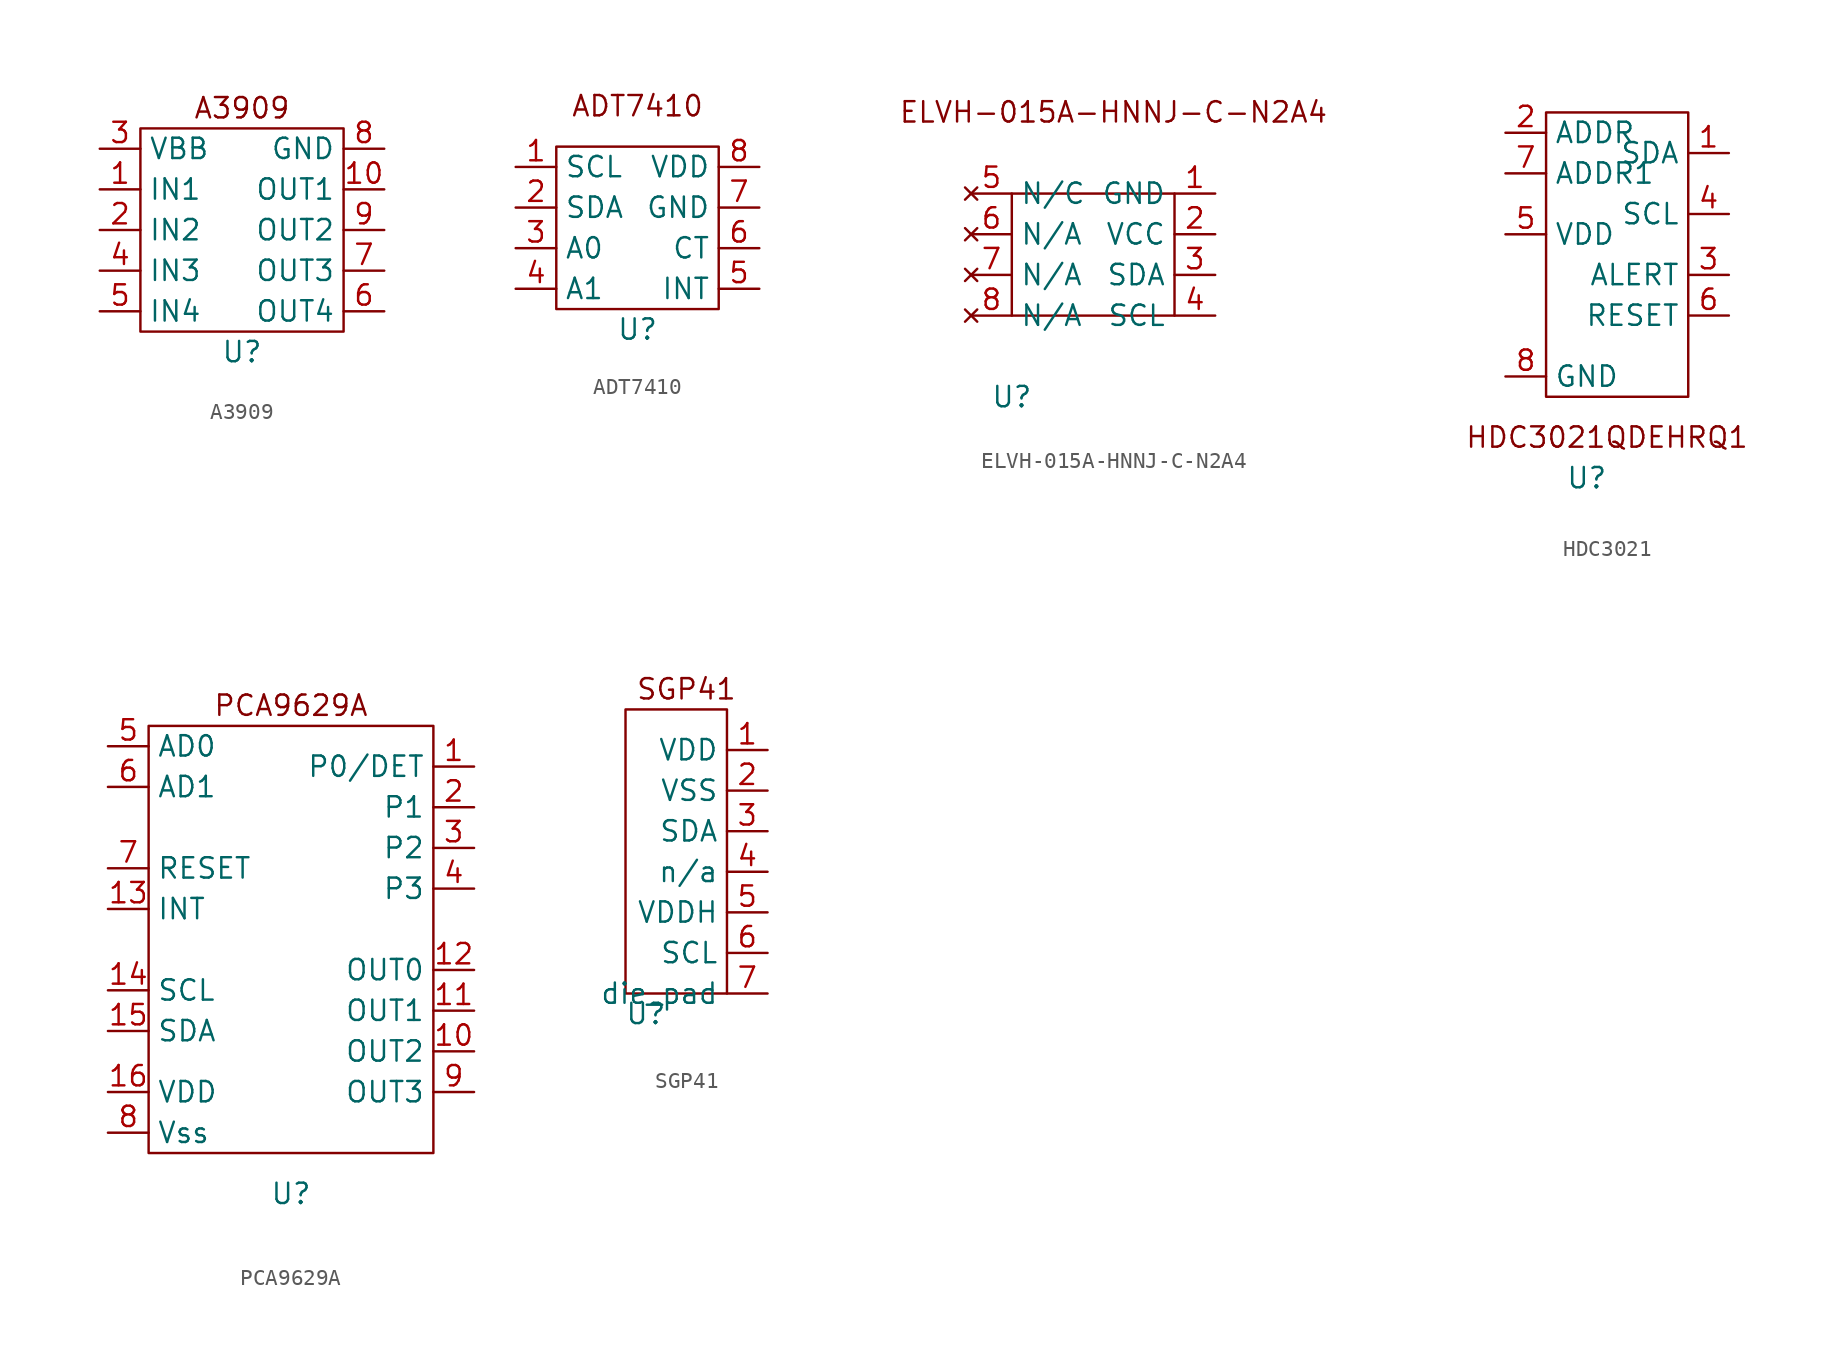
<source format=kicad_sym>
(kicad_symbol_lib
  (version 20220914)
  (generator kicad_symbol_editor)
  (symbol "A3909"
    (property "Reference" "U"
      (at 0 0 0)
      (effects (font (size 1.27 1.27))))
    (property "Value" ""
      (at 0 0 0)
      (effects (font (size 1.27 1.27))))
    (symbol "A3909_0_1"
      (rectangle (start -6.35 13.97) (end 6.35 1.27) (stroke (width 0) (type default)) (fill (type none))))
    (symbol "A3909_1_1"
      (text "A3909" (at 0 15.24 0) (effects (font (size 1.27 1.27))))
      (pin input line (at -8.89 10.16 0) (length 2.54) (name "IN1" (effects (font (size 1.27 1.27)))) (number "1" (effects (font (size 1.27 1.27)))))
      (pin output line (at 8.89 10.16 180) (length 2.54) (name "OUT1" (effects (font (size 1.27 1.27)))) (number "10" (effects (font (size 1.27 1.27)))))
      (pin input line (at -8.89 7.62 0) (length 2.54) (name "IN2" (effects (font (size 1.27 1.27)))) (number "2" (effects (font (size 1.27 1.27)))))
      (pin power_in line (at -8.89 12.7 0) (length 2.54) (name "VBB" (effects (font (size 1.27 1.27)))) (number "3" (effects (font (size 1.27 1.27)))))
      (pin input line (at -8.89 5.08 0) (length 2.54) (name "IN3" (effects (font (size 1.27 1.27)))) (number "4" (effects (font (size 1.27 1.27)))))
      (pin input line (at -8.89 2.54 0) (length 2.54) (name "IN4" (effects (font (size 1.27 1.27)))) (number "5" (effects (font (size 1.27 1.27)))))
      (pin output line (at 8.89 2.54 180) (length 2.54) (name "OUT4" (effects (font (size 1.27 1.27)))) (number "6" (effects (font (size 1.27 1.27)))))
      (pin output line (at 8.89 5.08 180) (length 2.54) (name "OUT3" (effects (font (size 1.27 1.27)))) (number "7" (effects (font (size 1.27 1.27)))))
      (pin power_in line (at 8.89 12.7 180) (length 2.54) (name "GND" (effects (font (size 1.27 1.27)))) (number "8" (effects (font (size 1.27 1.27)))))
      (pin output line (at 8.89 7.62 180) (length 2.54) (name "OUT2" (effects (font (size 1.27 1.27)))) (number "9" (effects (font (size 1.27 1.27)))))))
  (symbol "ADT7410"
    (property "Reference" "U"
      (at 0 -1.27 0)
      (effects (font (size 1.27 1.27))))
    (property "Value" ""
      (at 0 0 0)
      (effects (font (size 1.27 1.27))))
    (symbol "ADT7410_0_1"
      (rectangle (start -5.08 10.16) (end 5.08 0) (stroke (width 0) (type default)) (fill (type none))))
    (symbol "ADT7410_1_1"
      (text "ADT7410" (at 0 12.7 0) (effects (font (size 1.27 1.27))))
      (pin input line (at -7.62 8.89 0) (length 2.54) (name "SCL" (effects (font (size 1.27 1.27)))) (number "1" (effects (font (size 1.27 1.27)))))
      (pin bidirectional line (at -7.62 6.35 0) (length 2.54) (name "SDA" (effects (font (size 1.27 1.27)))) (number "2" (effects (font (size 1.27 1.27)))))
      (pin input line (at -7.62 3.81 0) (length 2.54) (name "A0" (effects (font (size 1.27 1.27)))) (number "3" (effects (font (size 1.27 1.27)))))
      (pin input line (at -7.62 1.27 0) (length 2.54) (name "A1" (effects (font (size 1.27 1.27)))) (number "4" (effects (font (size 1.27 1.27)))))
      (pin output line (at 7.62 1.27 180) (length 2.54) (name "INT" (effects (font (size 1.27 1.27)))) (number "5" (effects (font (size 1.27 1.27)))))
      (pin output line (at 7.62 3.81 180) (length 2.54) (name "CT" (effects (font (size 1.27 1.27)))) (number "6" (effects (font (size 1.27 1.27)))))
      (pin power_out line (at 7.62 6.35 180) (length 2.54) (name "GND" (effects (font (size 1.27 1.27)))) (number "7" (effects (font (size 1.27 1.27)))))
      (pin power_in line (at 7.62 8.89 180) (length 2.54) (name "VDD" (effects (font (size 1.27 1.27)))) (number "8" (effects (font (size 1.27 1.27)))))))
  (symbol "ELVH-015A-HNNJ-C-N2A4"
    (property "Reference" "U"
      (at -1.27 -3.81 0)
      (effects (font (size 1.27 1.27))))
    (property "Value" ""
      (at 0 0 0)
      (effects (font (size 1.27 1.27))))
    (symbol "ELVH-015A-HNNJ-C-N2A4_0_1"
      (rectangle (start -1.27 8.89) (end 8.89 1.27) (stroke (width 0) (type default)) (fill (type none))))
    (symbol "ELVH-015A-HNNJ-C-N2A4_1_1"
      (text "ELVH-015A-HNNJ-C-N2A4" (at 5.08 13.97 0) (effects (font (size 1.27 1.27))))
      (pin power_out line (at 11.43 8.89 180) (length 2.54) (name "GND" (effects (font (size 1.27 1.27)))) (number "1" (effects (font (size 1.27 1.27)))))
      (pin power_in line (at 11.43 6.35 180) (length 2.54) (name "VCC" (effects (font (size 1.27 1.27)))) (number "2" (effects (font (size 1.27 1.27)))))
      (pin bidirectional line (at 11.43 3.81 180) (length 2.54) (name "SDA" (effects (font (size 1.27 1.27)))) (number "3" (effects (font (size 1.27 1.27)))))
      (pin bidirectional line (at 11.43 1.27 180) (length 2.54) (name "SCL" (effects (font (size 1.27 1.27)))) (number "4" (effects (font (size 1.27 1.27)))))
      (pin no_connect line (at -3.81 8.89 0) (length 2.54) (name "N/C" (effects (font (size 1.27 1.27)))) (number "5" (effects (font (size 1.27 1.27)))))
      (pin no_connect line (at -3.81 6.35 0) (length 2.54) (name "N/A" (effects (font (size 1.27 1.27)))) (number "6" (effects (font (size 1.27 1.27)))))
      (pin no_connect line (at -3.81 3.81 0) (length 2.54) (name "N/A" (effects (font (size 1.27 1.27)))) (number "7" (effects (font (size 1.27 1.27)))))
      (pin no_connect line (at -3.81 1.27 0) (length 2.54) (name "N/A" (effects (font (size 1.27 1.27)))) (number "8" (effects (font (size 1.27 1.27)))))))
  (symbol "HDC3021"
    (property "Reference" "U"
      (at -1.27 -13.97 0)
      (effects (font (size 1.27 1.27))))
    (property "Value" ""
      (at 0 0 0)
      (effects (font (size 1.27 1.27))))
    (symbol "HDC3021_0_1"
      (rectangle (start -3.81 8.89) (end 5.08 -8.89) (stroke (width 0) (type default)) (fill (type none))))
    (symbol "HDC3021_1_1"
      (text "HDC3021QDEHRQ1" (at 0 -11.43 0) (effects (font (size 1.27 1.27))))
      (pin bidirectional line (at 7.62 6.35 180) (length 2.54) (name "SDA" (effects (font (size 1.27 1.27)))) (number "1" (effects (font (size 1.27 1.27)))))
      (pin input line (at -6.35 7.62 0) (length 2.54) (name "ADDR" (effects (font (size 1.27 1.27)))) (number "2" (effects (font (size 1.27 1.27)))))
      (pin output line (at 7.62 -1.27 180) (length 2.54) (name "ALERT" (effects (font (size 1.27 1.27)))) (number "3" (effects (font (size 1.27 1.27)))))
      (pin bidirectional line (at 7.62 2.54 180) (length 2.54) (name "SCL" (effects (font (size 1.27 1.27)))) (number "4" (effects (font (size 1.27 1.27)))))
      (pin power_in line (at -6.35 1.27 0) (length 2.54) (name "VDD" (effects (font (size 1.27 1.27)))) (number "5" (effects (font (size 1.27 1.27)))))
      (pin input line (at 7.62 -3.81 180) (length 2.54) (name "RESET" (effects (font (size 1.27 1.27)))) (number "6" (effects (font (size 1.27 1.27)))))
      (pin input line (at -6.35 5.08 0) (length 2.54) (name "ADDR1" (effects (font (size 1.27 1.27)))) (number "7" (effects (font (size 1.27 1.27)))))
      (pin power_out line (at -6.35 -7.62 0) (length 2.54) (name "GND" (effects (font (size 1.27 1.27)))) (number "8" (effects (font (size 1.27 1.27)))))))
  (symbol "PCA9629A"
    (property "Reference" "U"
      (at 0 -2.54 0)
      (effects (font (size 1.27 1.27))))
    (property "Value" ""
      (at 1.27 5.08 0)
      (effects (font (size 1.27 1.27))))
    (symbol "PCA9629A_0_1"
      (rectangle (start -8.89 26.67) (end 8.89 0) (stroke (width 0) (type default)) (fill (type none))))
    (symbol "PCA9629A_1_1"
      (text "PCA9629A" (at 0 27.94 0) (effects (font (size 1.27 1.27))))
      (pin bidirectional line (at 11.43 24.13 180) (length 2.54) (name "P0/DET" (effects (font (size 1.27 1.27)))) (number "1" (effects (font (size 1.27 1.27)))))
      (pin output line (at 11.43 6.35 180) (length 2.54) (name "OUT2" (effects (font (size 1.27 1.27)))) (number "10" (effects (font (size 1.27 1.27)))))
      (pin output line (at 11.43 8.89 180) (length 2.54) (name "OUT1" (effects (font (size 1.27 1.27)))) (number "11" (effects (font (size 1.27 1.27)))))
      (pin output line (at 11.43 11.43 180) (length 2.54) (name "OUT0" (effects (font (size 1.27 1.27)))) (number "12" (effects (font (size 1.27 1.27)))))
      (pin output line (at -11.43 15.24 0) (length 2.54) (name "INT" (effects (font (size 1.27 1.27)))) (number "13" (effects (font (size 1.27 1.27)))))
      (pin input line (at -11.43 10.16 0) (length 2.54) (name "SCL" (effects (font (size 1.27 1.27)))) (number "14" (effects (font (size 1.27 1.27)))))
      (pin bidirectional line (at -11.43 7.62 0) (length 2.54) (name "SDA" (effects (font (size 1.27 1.27)))) (number "15" (effects (font (size 1.27 1.27)))))
      (pin power_in line (at -11.43 3.81 0) (length 2.54) (name "VDD" (effects (font (size 1.27 1.27)))) (number "16" (effects (font (size 1.27 1.27)))))
      (pin bidirectional line (at 11.43 21.59 180) (length 2.54) (name "P1" (effects (font (size 1.27 1.27)))) (number "2" (effects (font (size 1.27 1.27)))))
      (pin bidirectional line (at 11.43 19.05 180) (length 2.54) (name "P2" (effects (font (size 1.27 1.27)))) (number "3" (effects (font (size 1.27 1.27)))))
      (pin bidirectional line (at 11.43 16.51 180) (length 2.54) (name "P3" (effects (font (size 1.27 1.27)))) (number "4" (effects (font (size 1.27 1.27)))))
      (pin input line (at -11.43 25.4 0) (length 2.54) (name "AD0" (effects (font (size 1.27 1.27)))) (number "5" (effects (font (size 1.27 1.27)))))
      (pin input line (at -11.43 22.86 0) (length 2.54) (name "AD1" (effects (font (size 1.27 1.27)))) (number "6" (effects (font (size 1.27 1.27)))))
      (pin input line (at -11.43 17.78 0) (length 2.54) (name "RESET" (effects (font (size 1.27 1.27)))) (number "7" (effects (font (size 1.27 1.27)))))
      (pin power_in line (at -11.43 1.27 0) (length 2.54) (name "Vss" (effects (font (size 1.27 1.27)))) (number "8" (effects (font (size 1.27 1.27)))))
      (pin output line (at 11.43 3.81 180) (length 2.54) (name "OUT3" (effects (font (size 1.27 1.27)))) (number "9" (effects (font (size 1.27 1.27)))))))
  (symbol "SGP41"
    (property "Reference" "U"
      (at -5.08 -13.97 0)
      (effects (font (size 1.27 1.27))))
    (property "Value" ""
      (at 0 0 0)
      (effects (font (size 1.27 1.27))))
    (symbol "SGP41_0_1"
      (rectangle (start -6.35 5.08) (end 0 -12.7) (stroke (width 0) (type default)) (fill (type none))))
    (symbol "SGP41_1_1"
      (text "SGP41" (at -2.54 6.35 0) (effects (font (size 1.27 1.27))))
      (pin power_in line (at 2.54 2.54 180) (length 2.54) (name "VDD" (effects (font (size 1.27 1.27)))) (number "1" (effects (font (size 1.27 1.27)))))
      (pin passive line (at 2.54 0 180) (length 2.54) (name "VSS" (effects (font (size 1.27 1.27)))) (number "2" (effects (font (size 1.27 1.27)))))
      (pin bidirectional line (at 2.54 -2.54 180) (length 2.54) (name "SDA" (effects (font (size 1.27 1.27)))) (number "3" (effects (font (size 1.27 1.27)))))
      (pin passive line (at 2.54 -5.08 180) (length 2.54) (name "n/a" (effects (font (size 1.27 1.27)))) (number "4" (effects (font (size 1.27 1.27)))))
      (pin power_in line (at 2.54 -7.62 180) (length 2.54) (name "VDDH" (effects (font (size 1.27 1.27)))) (number "5" (effects (font (size 1.27 1.27)))))
      (pin bidirectional line (at 2.54 -10.16 180) (length 2.54) (name "SCL" (effects (font (size 1.27 1.27)))) (number "6" (effects (font (size 1.27 1.27)))))
      (pin passive line (at 2.54 -12.7 180) (length 2.54) (name "die_pad" (effects (font (size 1.27 1.27)))) (number "7" (effects (font (size 1.27 1.27))))))))
</source>
